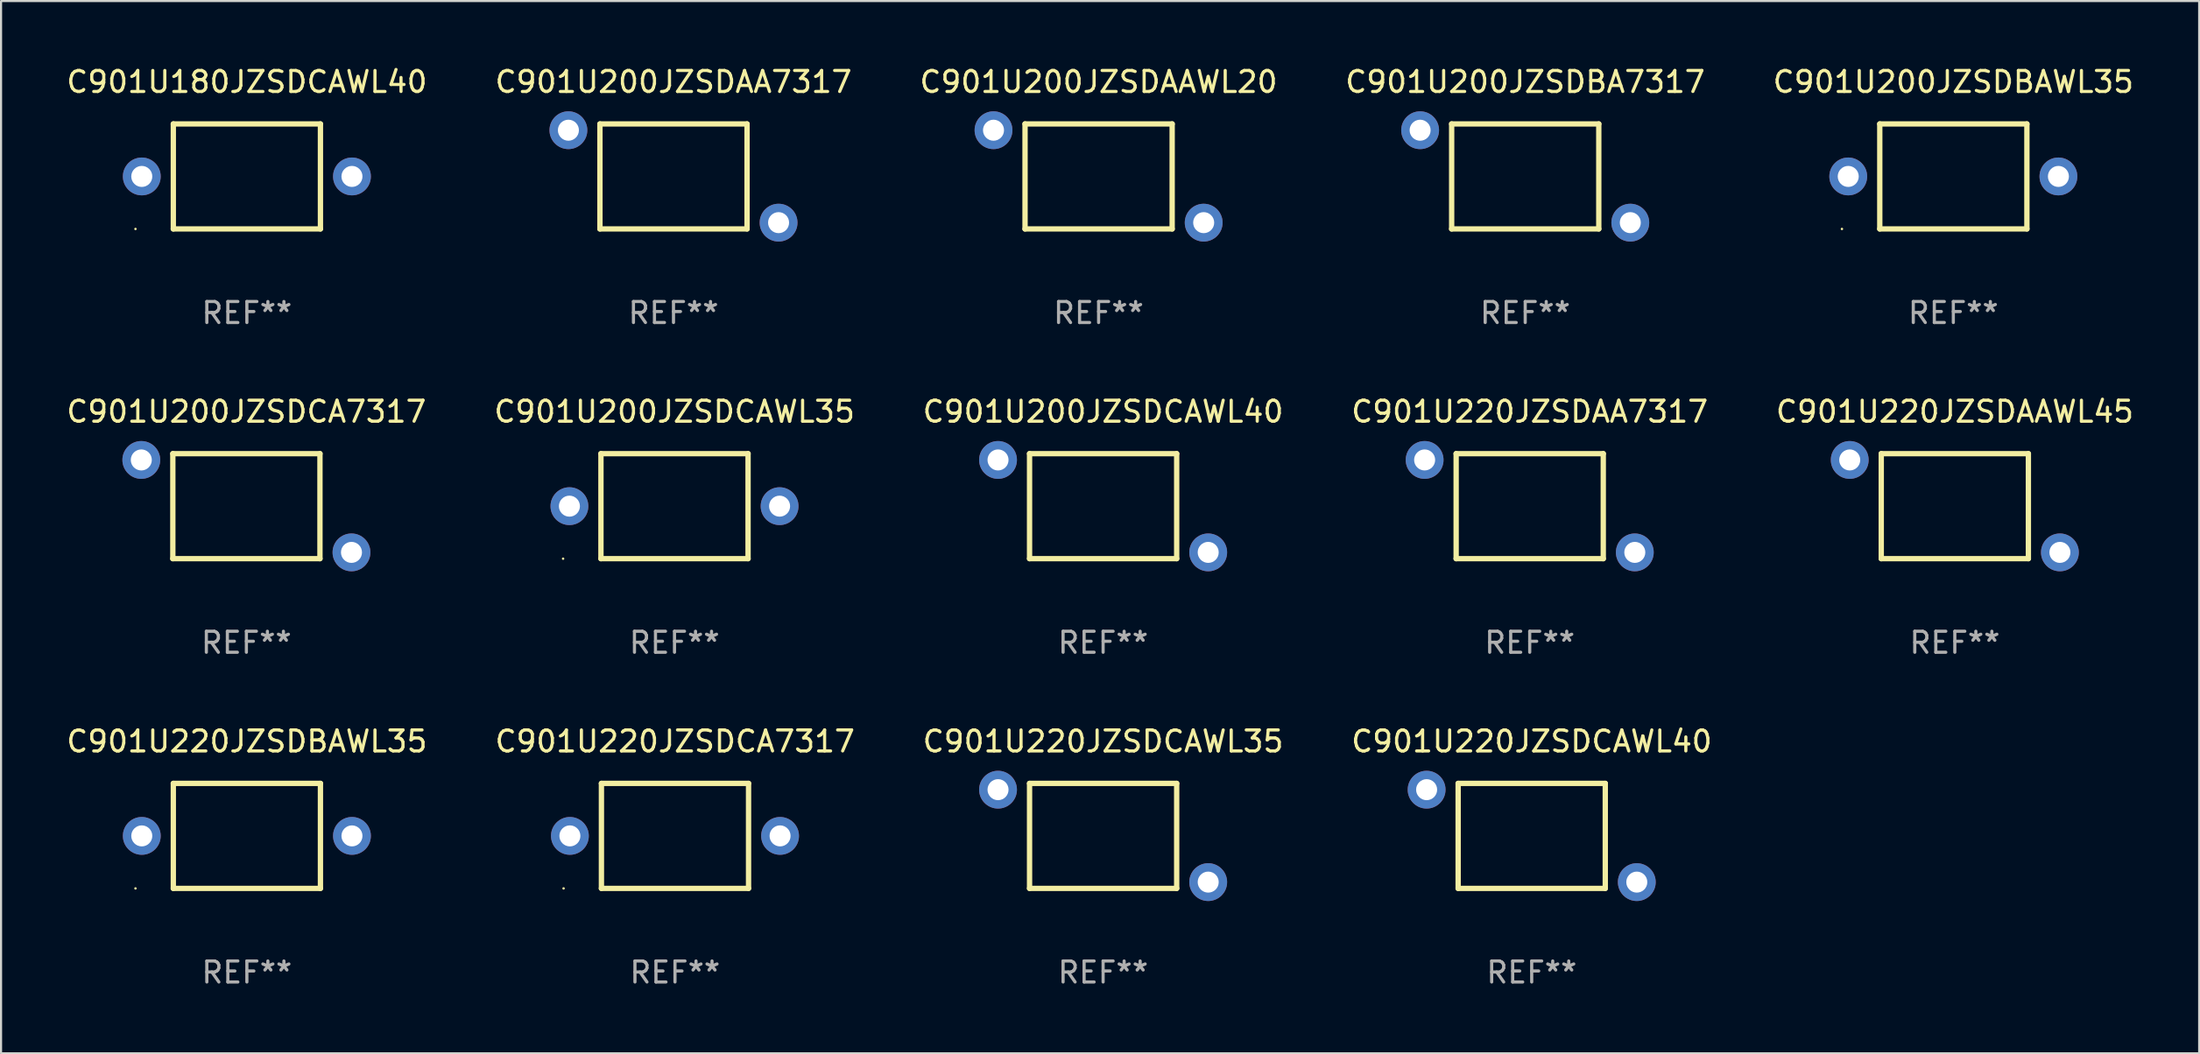
<source format=kicad_pcb>
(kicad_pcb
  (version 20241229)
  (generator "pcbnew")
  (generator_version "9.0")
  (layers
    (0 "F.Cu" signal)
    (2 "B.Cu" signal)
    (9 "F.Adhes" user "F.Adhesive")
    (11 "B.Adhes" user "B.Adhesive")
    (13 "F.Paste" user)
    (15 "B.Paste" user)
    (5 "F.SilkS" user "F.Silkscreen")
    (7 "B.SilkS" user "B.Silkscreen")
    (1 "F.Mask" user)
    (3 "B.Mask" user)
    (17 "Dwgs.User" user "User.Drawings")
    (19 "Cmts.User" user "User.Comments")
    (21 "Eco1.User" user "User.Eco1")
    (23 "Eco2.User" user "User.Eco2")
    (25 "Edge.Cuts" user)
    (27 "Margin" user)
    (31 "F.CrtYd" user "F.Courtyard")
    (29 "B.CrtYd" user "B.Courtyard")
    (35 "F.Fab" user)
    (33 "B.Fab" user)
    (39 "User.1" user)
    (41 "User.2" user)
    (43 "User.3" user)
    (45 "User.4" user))
  (footprint "C901U200JZSDBAWL35"
    (layer "F.Cu")
    (at 89.887 5.348)
    (property "Reference" "C901U200JZSDBAWL35" (at 0 -4.499 0) (layer "F.SilkS") (effects (font (size 1 1) (thickness 0.15))))
    (attr through_hole)
    (fp_line (start -3.5 -2.499) (end 3.5 -2.499) (stroke (width 0.254) (type solid)) (layer "F.SilkS"))
    (fp_line (start -3.5 2.499) (end -3.5 -2.499) (stroke (width 0.254) (type solid)) (layer "F.SilkS"))
    (fp_line (start 3.5 -2.499) (end 3.5 2.499) (stroke (width 0.254) (type solid)) (layer "F.SilkS"))
    (fp_line (start 3.5 2.499) (end -3.5 2.499) (stroke (width 0.254) (type solid)) (layer "F.SilkS"))
    (fp_circle (center -5.3 2.5) (end -5.27 2.5) (stroke (width 0.06) (type solid)) (fill no) (layer "F.SilkS"))
    (fp_text user "REF**" (at 0 6.499 0) (layer "F.Fab") (effects (font (size 1 1) (thickness 0.15))))
    (pad "1" thru_hole circle (at -5 0) (size 1.8 1.8) (drill 1) (layers "*.Cu" "*.Mask"))
    (pad "2" thru_hole circle (at 5 0) (size 1.8 1.8) (drill 1) (layers "*.Cu" "*.Mask")))
  (footprint "C901U200JZSDAA7317"
    (layer "F.Cu")
    (at 28.994 5.348)
    (property "Reference" "C901U200JZSDAA7317" (at 0 -4.499 0) (layer "F.SilkS") (effects (font (size 1 1) (thickness 0.15))))
    (attr through_hole)
    (fp_line (start -3.5 -2.499) (end -3.5 2.499) (stroke (width 0.254) (type solid)) (layer "F.SilkS"))
    (fp_line (start -3.5 2.499) (end 3.5 2.499) (stroke (width 0.254) (type solid)) (layer "F.SilkS"))
    (fp_line (start 3.5 -2.499) (end -3.5 -2.499) (stroke (width 0.254) (type solid)) (layer "F.SilkS"))
    (fp_line (start 3.5 2.499) (end 3.5 -2.499) (stroke (width 0.254) (type solid)) (layer "F.SilkS"))
    (fp_circle (center -5.3 -2.502) (end -5.27 -2.502) (stroke (width 0.06) (type solid)) (fill no) (layer "F.SilkS"))
    (fp_text user "REF**" (at 0 6.499 0) (layer "F.Fab") (effects (font (size 1 1) (thickness 0.15))))
    (pad "1" thru_hole circle (at -5 -2.2) (size 1.8 1.8) (drill 1) (layers "*.Cu" "*.Mask"))
    (pad "2" thru_hole circle (at 5 2.2) (size 1.8 1.8) (drill 1) (layers "*.Cu" "*.Mask")))
  (footprint "C901U220JZSDAA7317"
    (layer "F.Cu")
    (at 69.732 21.043)
    (property "Reference" "C901U220JZSDAA7317" (at 0 -4.499 0) (layer "F.SilkS") (effects (font (size 1 1) (thickness 0.15))))
    (attr through_hole)
    (fp_line (start -3.5 -2.499) (end -3.5 2.499) (stroke (width 0.254) (type solid)) (layer "F.SilkS"))
    (fp_line (start -3.5 2.499) (end 3.5 2.499) (stroke (width 0.254) (type solid)) (layer "F.SilkS"))
    (fp_line (start 3.5 -2.499) (end -3.5 -2.499) (stroke (width 0.254) (type solid)) (layer "F.SilkS"))
    (fp_line (start 3.5 2.499) (end 3.5 -2.499) (stroke (width 0.254) (type solid)) (layer "F.SilkS"))
    (fp_circle (center -5.3 -2.502) (end -5.27 -2.502) (stroke (width 0.06) (type solid)) (fill no) (layer "F.SilkS"))
    (fp_text user "REF**" (at 0 6.499 0) (layer "F.Fab") (effects (font (size 1 1) (thickness 0.15))))
    (pad "1" thru_hole circle (at -5 -2.2) (size 1.8 1.8) (drill 1) (layers "*.Cu" "*.Mask"))
    (pad "2" thru_hole circle (at 5 2.2) (size 1.8 1.8) (drill 1) (layers "*.Cu" "*.Mask")))
  (footprint "C901U220JZSDCAWL35"
    (layer "F.Cu")
    (at 49.435 36.738)
    (property "Reference" "C901U220JZSDCAWL35" (at 0 -4.499 0) (layer "F.SilkS") (effects (font (size 1 1) (thickness 0.15))))
    (attr through_hole)
    (fp_line (start -3.5 -2.499) (end -3.5 2.499) (stroke (width 0.254) (type solid)) (layer "F.SilkS"))
    (fp_line (start -3.5 2.499) (end 3.5 2.499) (stroke (width 0.254) (type solid)) (layer "F.SilkS"))
    (fp_line (start 3.5 -2.499) (end -3.5 -2.499) (stroke (width 0.254) (type solid)) (layer "F.SilkS"))
    (fp_line (start 3.5 2.499) (end 3.5 -2.499) (stroke (width 0.254) (type solid)) (layer "F.SilkS"))
    (fp_circle (center -5.3 -2.502) (end -5.27 -2.502) (stroke (width 0.06) (type solid)) (fill no) (layer "F.SilkS"))
    (fp_text user "REF**" (at 0 6.499 0) (layer "F.Fab") (effects (font (size 1 1) (thickness 0.15))))
    (pad "1" thru_hole circle (at -5 -2.2) (size 1.8 1.8) (drill 1) (layers "*.Cu" "*.Mask"))
    (pad "2" thru_hole circle (at 5 2.2) (size 1.8 1.8) (drill 1) (layers "*.Cu" "*.Mask")))
  (footprint "C901U220JZSDAAWL45"
    (layer "F.Cu")
    (at 89.958 21.043)
    (property "Reference" "C901U220JZSDAAWL45" (at 0 -4.499 0) (layer "F.SilkS") (effects (font (size 1 1) (thickness 0.15))))
    (attr through_hole)
    (fp_line (start -3.5 -2.499) (end -3.5 2.499) (stroke (width 0.254) (type solid)) (layer "F.SilkS"))
    (fp_line (start -3.5 2.499) (end 3.5 2.499) (stroke (width 0.254) (type solid)) (layer "F.SilkS"))
    (fp_line (start 3.5 -2.499) (end -3.5 -2.499) (stroke (width 0.254) (type solid)) (layer "F.SilkS"))
    (fp_line (start 3.5 2.499) (end 3.5 -2.499) (stroke (width 0.254) (type solid)) (layer "F.SilkS"))
    (fp_circle (center -5.3 -2.502) (end -5.27 -2.502) (stroke (width 0.06) (type solid)) (fill no) (layer "F.SilkS"))
    (fp_text user "REF**" (at 0 6.499 0) (layer "F.Fab") (effects (font (size 1 1) (thickness 0.15))))
    (pad "1" thru_hole circle (at -5 -2.2) (size 1.8 1.8) (drill 1) (layers "*.Cu" "*.Mask"))
    (pad "2" thru_hole circle (at 5 2.2) (size 1.8 1.8) (drill 1) (layers "*.Cu" "*.Mask")))
  (footprint "C901U220JZSDCA7317"
    (layer "F.Cu")
    (at 29.065 36.738)
    (property "Reference" "C901U220JZSDCA7317" (at 0 -4.499 0) (layer "F.SilkS") (effects (font (size 1 1) (thickness 0.15))))
    (attr through_hole)
    (fp_line (start -3.5 -2.499) (end 3.5 -2.499) (stroke (width 0.254) (type solid)) (layer "F.SilkS"))
    (fp_line (start -3.5 2.499) (end -3.5 -2.499) (stroke (width 0.254) (type solid)) (layer "F.SilkS"))
    (fp_line (start 3.5 -2.499) (end 3.5 2.499) (stroke (width 0.254) (type solid)) (layer "F.SilkS"))
    (fp_line (start 3.5 2.499) (end -3.5 2.499) (stroke (width 0.254) (type solid)) (layer "F.SilkS"))
    (fp_circle (center -5.3 2.5) (end -5.27 2.5) (stroke (width 0.06) (type solid)) (fill no) (layer "F.SilkS"))
    (fp_text user "REF**" (at 0 6.499 0) (layer "F.Fab") (effects (font (size 1 1) (thickness 0.15))))
    (pad "1" thru_hole circle (at -5 0) (size 1.8 1.8) (drill 1) (layers "*.Cu" "*.Mask"))
    (pad "2" thru_hole circle (at 5 0) (size 1.8 1.8) (drill 1) (layers "*.Cu" "*.Mask")))
  (footprint "C901U200JZSDCAWL35"
    (layer "F.Cu")
    (at 29.042 21.043)
    (property "Reference" "C901U200JZSDCAWL35" (at 0 -4.499 0) (layer "F.SilkS") (effects (font (size 1 1) (thickness 0.15))))
    (attr through_hole)
    (fp_line (start -3.5 -2.499) (end 3.5 -2.499) (stroke (width 0.254) (type solid)) (layer "F.SilkS"))
    (fp_line (start -3.5 2.499) (end -3.5 -2.499) (stroke (width 0.254) (type solid)) (layer "F.SilkS"))
    (fp_line (start 3.5 -2.499) (end 3.5 2.499) (stroke (width 0.254) (type solid)) (layer "F.SilkS"))
    (fp_line (start 3.5 2.499) (end -3.5 2.499) (stroke (width 0.254) (type solid)) (layer "F.SilkS"))
    (fp_circle (center -5.3 2.5) (end -5.27 2.5) (stroke (width 0.06) (type solid)) (fill no) (layer "F.SilkS"))
    (fp_text user "REF**" (at 0 6.499 0) (layer "F.Fab") (effects (font (size 1 1) (thickness 0.15))))
    (pad "1" thru_hole circle (at -5 0) (size 1.8 1.8) (drill 1) (layers "*.Cu" "*.Mask"))
    (pad "2" thru_hole circle (at 5 0) (size 1.8 1.8) (drill 1) (layers "*.Cu" "*.Mask")))
  (footprint "C901U180JZSDCAWL40"
    (layer "F.Cu")
    (at 8.696 5.348)
    (property "Reference" "C901U180JZSDCAWL40" (at 0 -4.499 0) (layer "F.SilkS") (effects (font (size 1 1) (thickness 0.15))))
    (attr through_hole)
    (fp_line (start -3.5 -2.499) (end 3.5 -2.499) (stroke (width 0.254) (type solid)) (layer "F.SilkS"))
    (fp_line (start -3.5 2.499) (end -3.5 -2.499) (stroke (width 0.254) (type solid)) (layer "F.SilkS"))
    (fp_line (start 3.5 -2.499) (end 3.5 2.499) (stroke (width 0.254) (type solid)) (layer "F.SilkS"))
    (fp_line (start 3.5 2.499) (end -3.5 2.499) (stroke (width 0.254) (type solid)) (layer "F.SilkS"))
    (fp_circle (center -5.3 2.5) (end -5.27 2.5) (stroke (width 0.06) (type solid)) (fill no) (layer "F.SilkS"))
    (fp_text user "REF**" (at 0 6.499 0) (layer "F.Fab") (effects (font (size 1 1) (thickness 0.15))))
    (pad "1" thru_hole circle (at -5 0) (size 1.8 1.8) (drill 1) (layers "*.Cu" "*.Mask"))
    (pad "2" thru_hole circle (at 5 0) (size 1.8 1.8) (drill 1) (layers "*.Cu" "*.Mask")))
  (footprint "C901U200JZSDCAWL40"
    (layer "F.Cu")
    (at 49.435 21.043)
    (property "Reference" "C901U200JZSDCAWL40" (at 0 -4.499 0) (layer "F.SilkS") (effects (font (size 1 1) (thickness 0.15))))
    (attr through_hole)
    (fp_line (start -3.5 -2.499) (end -3.5 2.499) (stroke (width 0.254) (type solid)) (layer "F.SilkS"))
    (fp_line (start -3.5 2.499) (end 3.5 2.499) (stroke (width 0.254) (type solid)) (layer "F.SilkS"))
    (fp_line (start 3.5 -2.499) (end -3.5 -2.499) (stroke (width 0.254) (type solid)) (layer "F.SilkS"))
    (fp_line (start 3.5 2.499) (end 3.5 -2.499) (stroke (width 0.254) (type solid)) (layer "F.SilkS"))
    (fp_circle (center -5.3 -2.502) (end -5.27 -2.502) (stroke (width 0.06) (type solid)) (fill no) (layer "F.SilkS"))
    (fp_text user "REF**" (at 0 6.499 0) (layer "F.Fab") (effects (font (size 1 1) (thickness 0.15))))
    (pad "1" thru_hole circle (at -5 -2.2) (size 1.8 1.8) (drill 1) (layers "*.Cu" "*.Mask"))
    (pad "2" thru_hole circle (at 5 2.2) (size 1.8 1.8) (drill 1) (layers "*.Cu" "*.Mask")))
  (footprint "C901U220JZSDBAWL35"
    (layer "F.Cu")
    (at 8.696 36.738)
    (property "Reference" "C901U220JZSDBAWL35" (at 0 -4.499 0) (layer "F.SilkS") (effects (font (size 1 1) (thickness 0.15))))
    (attr through_hole)
    (fp_line (start -3.5 -2.499) (end 3.5 -2.499) (stroke (width 0.254) (type solid)) (layer "F.SilkS"))
    (fp_line (start -3.5 2.499) (end -3.5 -2.499) (stroke (width 0.254) (type solid)) (layer "F.SilkS"))
    (fp_line (start 3.5 -2.499) (end 3.5 2.499) (stroke (width 0.254) (type solid)) (layer "F.SilkS"))
    (fp_line (start 3.5 2.499) (end -3.5 2.499) (stroke (width 0.254) (type solid)) (layer "F.SilkS"))
    (fp_circle (center -5.3 2.5) (end -5.27 2.5) (stroke (width 0.06) (type solid)) (fill no) (layer "F.SilkS"))
    (fp_text user "REF**" (at 0 6.499 0) (layer "F.Fab") (effects (font (size 1 1) (thickness 0.15))))
    (pad "1" thru_hole circle (at -5 0) (size 1.8 1.8) (drill 1) (layers "*.Cu" "*.Mask"))
    (pad "2" thru_hole circle (at 5 0) (size 1.8 1.8) (drill 1) (layers "*.Cu" "*.Mask")))
  (footprint "C901U200JZSDAAWL20"
    (layer "F.Cu")
    (at 49.22 5.348)
    (property "Reference" "C901U200JZSDAAWL20" (at 0 -4.499 0) (layer "F.SilkS") (effects (font (size 1 1) (thickness 0.15))))
    (attr through_hole)
    (fp_line (start -3.5 -2.499) (end -3.5 2.499) (stroke (width 0.254) (type solid)) (layer "F.SilkS"))
    (fp_line (start -3.5 2.499) (end 3.5 2.499) (stroke (width 0.254) (type solid)) (layer "F.SilkS"))
    (fp_line (start 3.5 -2.499) (end -3.5 -2.499) (stroke (width 0.254) (type solid)) (layer "F.SilkS"))
    (fp_line (start 3.5 2.499) (end 3.5 -2.499) (stroke (width 0.254) (type solid)) (layer "F.SilkS"))
    (fp_circle (center -5.3 -2.502) (end -5.27 -2.502) (stroke (width 0.06) (type solid)) (fill no) (layer "F.SilkS"))
    (fp_text user "REF**" (at 0 6.499 0) (layer "F.Fab") (effects (font (size 1 1) (thickness 0.15))))
    (pad "1" thru_hole circle (at -5 -2.2) (size 1.8 1.8) (drill 1) (layers "*.Cu" "*.Mask"))
    (pad "2" thru_hole circle (at 5 2.2) (size 1.8 1.8) (drill 1) (layers "*.Cu" "*.Mask")))
  (footprint "C901U200JZSDCA7317"
    (layer "F.Cu")
    (at 8.673 21.043)
    (property "Reference" "C901U200JZSDCA7317" (at 0 -4.499 0) (layer "F.SilkS") (effects (font (size 1 1) (thickness 0.15))))
    (attr through_hole)
    (fp_line (start -3.5 -2.499) (end -3.5 2.499) (stroke (width 0.254) (type solid)) (layer "F.SilkS"))
    (fp_line (start -3.5 2.499) (end 3.5 2.499) (stroke (width 0.254) (type solid)) (layer "F.SilkS"))
    (fp_line (start 3.5 -2.499) (end -3.5 -2.499) (stroke (width 0.254) (type solid)) (layer "F.SilkS"))
    (fp_line (start 3.5 2.499) (end 3.5 -2.499) (stroke (width 0.254) (type solid)) (layer "F.SilkS"))
    (fp_circle (center -5.3 -2.502) (end -5.27 -2.502) (stroke (width 0.06) (type solid)) (fill no) (layer "F.SilkS"))
    (fp_text user "REF**" (at 0 6.499 0) (layer "F.Fab") (effects (font (size 1 1) (thickness 0.15))))
    (pad "1" thru_hole circle (at -5 -2.2) (size 1.8 1.8) (drill 1) (layers "*.Cu" "*.Mask"))
    (pad "2" thru_hole circle (at 5 2.2) (size 1.8 1.8) (drill 1) (layers "*.Cu" "*.Mask")))
  (footprint "C901U220JZSDCAWL40"
    (layer "F.Cu")
    (at 69.827 36.738)
    (property "Reference" "C901U220JZSDCAWL40" (at 0 -4.499 0) (layer "F.SilkS") (effects (font (size 1 1) (thickness 0.15))))
    (attr through_hole)
    (fp_line (start -3.5 -2.499) (end -3.5 2.499) (stroke (width 0.254) (type solid)) (layer "F.SilkS"))
    (fp_line (start -3.5 2.499) (end 3.5 2.499) (stroke (width 0.254) (type solid)) (layer "F.SilkS"))
    (fp_line (start 3.5 -2.499) (end -3.5 -2.499) (stroke (width 0.254) (type solid)) (layer "F.SilkS"))
    (fp_line (start 3.5 2.499) (end 3.5 -2.499) (stroke (width 0.254) (type solid)) (layer "F.SilkS"))
    (fp_circle (center -5.3 -2.502) (end -5.27 -2.502) (stroke (width 0.06) (type solid)) (fill no) (layer "F.SilkS"))
    (fp_text user "REF**" (at 0 6.499 0) (layer "F.Fab") (effects (font (size 1 1) (thickness 0.15))))
    (pad "1" thru_hole circle (at -5 -2.2) (size 1.8 1.8) (drill 1) (layers "*.Cu" "*.Mask"))
    (pad "2" thru_hole circle (at 5 2.2) (size 1.8 1.8) (drill 1) (layers "*.Cu" "*.Mask")))
  (footprint "C901U200JZSDBA7317"
    (layer "F.Cu")
    (at 69.518 5.348)
    (property "Reference" "C901U200JZSDBA7317" (at 0 -4.499 0) (layer "F.SilkS") (effects (font (size 1 1) (thickness 0.15))))
    (attr through_hole)
    (fp_line (start -3.5 -2.499) (end -3.5 2.499) (stroke (width 0.254) (type solid)) (layer "F.SilkS"))
    (fp_line (start -3.5 2.499) (end 3.5 2.499) (stroke (width 0.254) (type solid)) (layer "F.SilkS"))
    (fp_line (start 3.5 -2.499) (end -3.5 -2.499) (stroke (width 0.254) (type solid)) (layer "F.SilkS"))
    (fp_line (start 3.5 2.499) (end 3.5 -2.499) (stroke (width 0.254) (type solid)) (layer "F.SilkS"))
    (fp_circle (center -5.3 -2.502) (end -5.27 -2.502) (stroke (width 0.06) (type solid)) (fill no) (layer "F.SilkS"))
    (fp_text user "REF**" (at 0 6.499 0) (layer "F.Fab") (effects (font (size 1 1) (thickness 0.15))))
    (pad "1" thru_hole circle (at -5 -2.2) (size 1.8 1.8) (drill 1) (layers "*.Cu" "*.Mask"))
    (pad "2" thru_hole circle (at 5 2.2) (size 1.8 1.8) (drill 1) (layers "*.Cu" "*.Mask")))
  (gr_rect
    (start -3 -3)
    (end 101.583 47.086)
    (stroke (width 0.1) (type default))
    (fill no)
    (layer "Edge.Cuts")))
</source>
